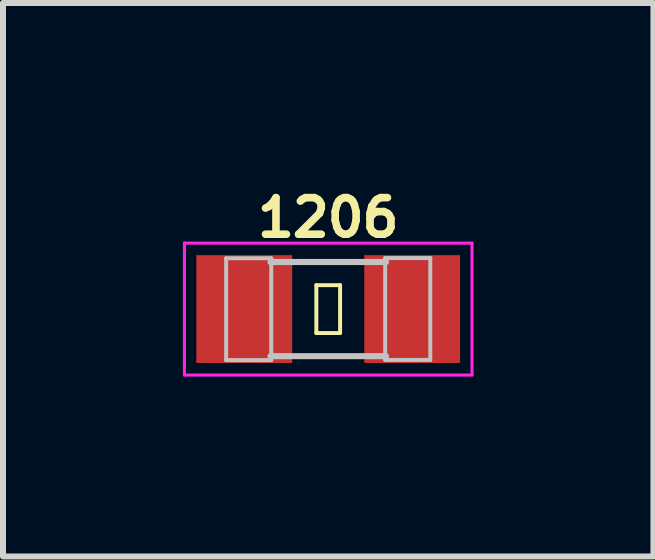
<source format=kicad_pcb>
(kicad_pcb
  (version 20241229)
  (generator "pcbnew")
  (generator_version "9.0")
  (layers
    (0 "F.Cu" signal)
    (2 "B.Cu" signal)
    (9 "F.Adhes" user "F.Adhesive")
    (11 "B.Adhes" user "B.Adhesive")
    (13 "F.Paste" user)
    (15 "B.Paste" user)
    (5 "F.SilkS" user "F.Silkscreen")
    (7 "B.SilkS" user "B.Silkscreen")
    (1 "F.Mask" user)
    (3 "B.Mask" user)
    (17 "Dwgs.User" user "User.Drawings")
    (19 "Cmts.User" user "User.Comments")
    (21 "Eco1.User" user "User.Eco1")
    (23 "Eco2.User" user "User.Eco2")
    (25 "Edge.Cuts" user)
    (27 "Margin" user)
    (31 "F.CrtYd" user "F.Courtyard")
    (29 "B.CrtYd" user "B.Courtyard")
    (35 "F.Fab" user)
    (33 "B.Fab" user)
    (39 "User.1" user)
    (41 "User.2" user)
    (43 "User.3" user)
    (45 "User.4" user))
  (footprint "1206"
    (layer "F.Cu")
    (at 2.423 2.104)
    (property "Reference" "1206" (at 0 -1.524 0) (layer "F.SilkS") (effects (font (size 0.61 0.61) (thickness 0.127))))
    (attr smd)
    (fp_line (start -0.198 -0.399) (end 0.198 -0.399) (stroke (width 0.066) (type solid)) (layer "F.SilkS"))
    (fp_line (start -0.198 0.399) (end -0.198 -0.399) (stroke (width 0.066) (type solid)) (layer "F.SilkS"))
    (fp_line (start -0.198 0.399) (end 0.198 0.399) (stroke (width 0.066) (type solid)) (layer "F.SilkS"))
    (fp_line (start 0.198 0.399) (end 0.198 -0.399) (stroke (width 0.066) (type solid)) (layer "F.SilkS"))
    (fp_line (start -1.702 -0.848) (end -0.95 -0.848) (stroke (width 0.066) (type solid)) (layer "Dwgs.User"))
    (fp_line (start -1.702 0.851) (end -1.702 -0.848) (stroke (width 0.066) (type solid)) (layer "Dwgs.User"))
    (fp_line (start -1.702 0.851) (end -0.95 0.851) (stroke (width 0.066) (type solid)) (layer "Dwgs.User"))
    (fp_line (start -0.963 -0.785) (end 0.963 -0.785) (stroke (width 0.102) (type solid)) (layer "Dwgs.User"))
    (fp_line (start -0.963 0.785) (end 0.963 0.785) (stroke (width 0.102) (type solid)) (layer "Dwgs.User"))
    (fp_line (start -0.95 0.851) (end -0.95 -0.848) (stroke (width 0.066) (type solid)) (layer "Dwgs.User"))
    (fp_line (start 0.95 -0.851) (end 1.702 -0.851) (stroke (width 0.066) (type solid)) (layer "Dwgs.User"))
    (fp_line (start 0.95 0.848) (end 0.95 -0.851) (stroke (width 0.066) (type solid)) (layer "Dwgs.User"))
    (fp_line (start 0.95 0.848) (end 1.702 0.848) (stroke (width 0.066) (type solid)) (layer "Dwgs.User"))
    (fp_line (start 1.702 0.848) (end 1.702 -0.851) (stroke (width 0.066) (type solid)) (layer "Dwgs.User"))
    (fp_line (start -2.398 -1.1) (end 2.398 -1.1) (stroke (width 0.051) (type solid)) (layer "F.CrtYd"))
    (fp_line (start -2.398 1.1) (end -2.398 -1.1) (stroke (width 0.051) (type solid)) (layer "F.CrtYd"))
    (fp_line (start 2.398 -1.1) (end 2.398 1.1) (stroke (width 0.051) (type solid)) (layer "F.CrtYd"))
    (fp_line (start 2.398 1.1) (end -2.398 1.1) (stroke (width 0.051) (type solid)) (layer "F.CrtYd"))
    (pad "1" smd rect (at -1.4 0) (size 1.598 1.798) (layers "F.Cu" "F.Mask" "F.Paste"))
    (pad "2" smd rect (at 1.4 0) (size 1.598 1.798) (layers "F.Cu" "F.Mask" "F.Paste")))
  (gr_rect
    (start -3 -3)
    (end 7.846 6.229)
    (stroke (width 0.1) (type default))
    (fill no)
    (layer "Edge.Cuts")))
</source>
